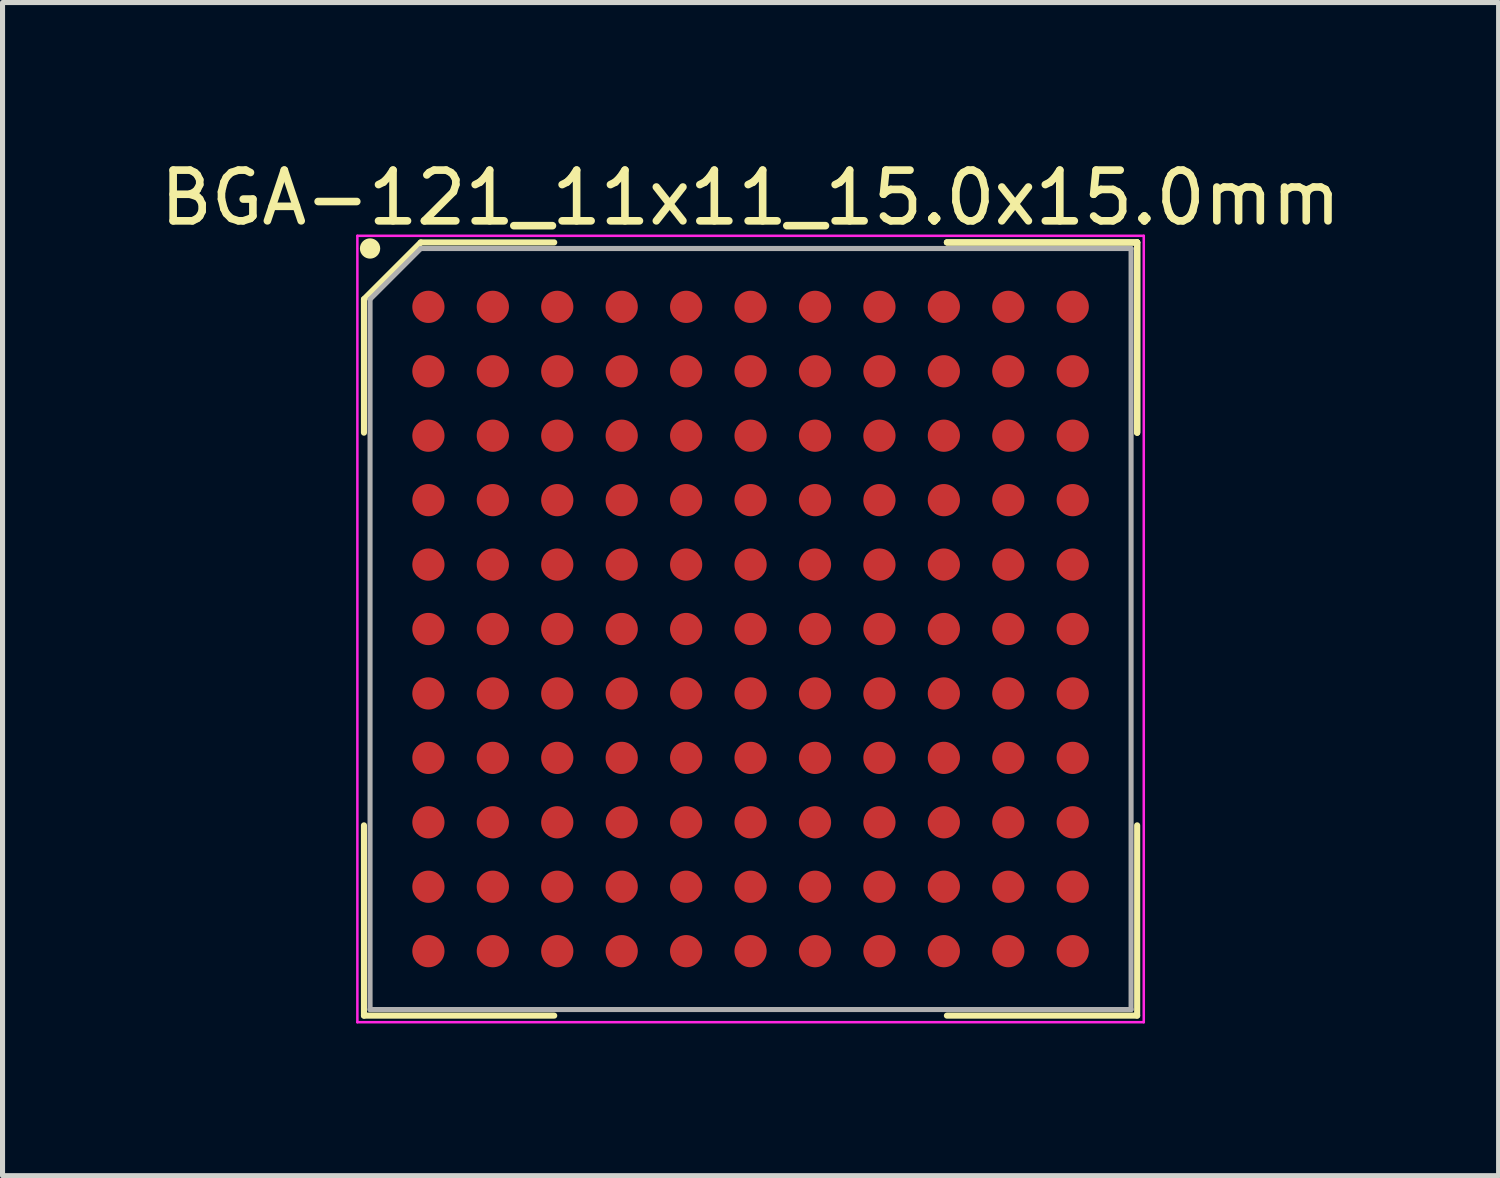
<source format=kicad_pcb>
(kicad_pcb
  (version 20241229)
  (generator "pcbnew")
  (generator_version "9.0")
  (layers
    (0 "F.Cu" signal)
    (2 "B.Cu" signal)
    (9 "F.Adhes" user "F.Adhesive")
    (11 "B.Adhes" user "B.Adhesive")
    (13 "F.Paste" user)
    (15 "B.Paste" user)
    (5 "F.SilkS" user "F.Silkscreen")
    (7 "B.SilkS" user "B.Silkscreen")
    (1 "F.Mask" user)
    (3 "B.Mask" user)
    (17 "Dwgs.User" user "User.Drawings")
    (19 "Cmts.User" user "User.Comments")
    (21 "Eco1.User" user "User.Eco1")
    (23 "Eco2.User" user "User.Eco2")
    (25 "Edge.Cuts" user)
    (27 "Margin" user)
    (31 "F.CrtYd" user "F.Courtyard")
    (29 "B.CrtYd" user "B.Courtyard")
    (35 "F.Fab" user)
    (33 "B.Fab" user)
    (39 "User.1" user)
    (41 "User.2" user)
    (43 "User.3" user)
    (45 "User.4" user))
  (footprint "BGA-121_11x11_15.0x15.0mm"
    (layer "F.Cu")
    (at 11.744 9.348)
    (property "Reference" "BGA-121_11x11_15.0x15.0mm" (at 0 -8.5 0) (layer "F.SilkS") (effects (font (size 1 1) (thickness 0.15))))
    (attr smd)
    (fp_line (start -7.62 -6.5) (end -7.62 -3.87) (stroke (width 0.12) (type solid)) (layer "F.SilkS"))
    (fp_line (start -7.62 7.62) (end -7.62 3.87) (stroke (width 0.12) (type solid)) (layer "F.SilkS"))
    (fp_line (start -6.5 -7.62) (end -7.62 -6.5) (stroke (width 0.12) (type solid)) (layer "F.SilkS"))
    (fp_line (start -3.87 -7.62) (end -6.5 -7.62) (stroke (width 0.12) (type solid)) (layer "F.SilkS"))
    (fp_line (start -3.87 7.62) (end -7.62 7.62) (stroke (width 0.12) (type solid)) (layer "F.SilkS"))
    (fp_line (start 3.87 -7.62) (end 7.62 -7.62) (stroke (width 0.12) (type solid)) (layer "F.SilkS"))
    (fp_line (start 3.87 -7.62) (end 7.62 -7.62) (stroke (width 0.12) (type solid)) (layer "F.SilkS"))
    (fp_line (start 3.87 -7.62) (end 7.62 -7.62) (stroke (width 0.12) (type solid)) (layer "F.SilkS"))
    (fp_line (start 3.87 7.62) (end 7.62 7.62) (stroke (width 0.12) (type solid)) (layer "F.SilkS"))
    (fp_line (start 7.62 -7.62) (end 7.62 -3.87) (stroke (width 0.12) (type solid)) (layer "F.SilkS"))
    (fp_line (start 7.62 -7.62) (end 7.62 -3.87) (stroke (width 0.12) (type solid)) (layer "F.SilkS"))
    (fp_line (start 7.62 -7.62) (end 7.62 -3.87) (stroke (width 0.12) (type solid)) (layer "F.SilkS"))
    (fp_line (start 7.62 7.62) (end 7.62 3.87) (stroke (width 0.12) (type solid)) (layer "F.SilkS"))
    (fp_circle (center -7.5 -7.5) (end -7.5 -7.4) (stroke (width 0.2) (type solid)) (fill no) (layer "F.SilkS"))
    (fp_line (start -7.75 -7.75) (end 7.75 -7.75) (stroke (width 0.05) (type solid)) (layer "F.CrtYd"))
    (fp_line (start -7.75 7.75) (end -7.75 -7.75) (stroke (width 0.05) (type solid)) (layer "F.CrtYd"))
    (fp_line (start 7.75 -7.75) (end 7.75 7.75) (stroke (width 0.05) (type solid)) (layer "F.CrtYd"))
    (fp_line (start 7.75 7.75) (end -7.75 7.75) (stroke (width 0.05) (type solid)) (layer "F.CrtYd"))
    (fp_line (start -7.5 -6.5) (end -7.5 7.5) (stroke (width 0.1) (type solid)) (layer "F.Fab"))
    (fp_line (start -7.5 7.5) (end 7.5 7.5) (stroke (width 0.1) (type solid)) (layer "F.Fab"))
    (fp_line (start -6.5 -7.5) (end -7.5 -6.5) (stroke (width 0.1) (type solid)) (layer "F.Fab"))
    (fp_line (start 7.5 -7.5) (end -6.5 -7.5) (stroke (width 0.1) (type solid)) (layer "F.Fab"))
    (fp_line (start 7.5 7.5) (end 7.5 -7.5) (stroke (width 0.1) (type solid)) (layer "F.Fab"))
    (pad "A1" smd circle (at -6.35 -6.35) (size 0.635 0.635) (layers "F.Cu" "F.Mask" "F.Paste"))
    (pad "A2" smd circle (at -5.08 -6.35) (size 0.635 0.635) (layers "F.Cu" "F.Mask" "F.Paste"))
    (pad "A3" smd circle (at -3.81 -6.35) (size 0.635 0.635) (layers "F.Cu" "F.Mask" "F.Paste"))
    (pad "A4" smd circle (at -2.54 -6.35) (size 0.635 0.635) (layers "F.Cu" "F.Mask" "F.Paste"))
    (pad "A5" smd circle (at -1.27 -6.35) (size 0.635 0.635) (layers "F.Cu" "F.Mask" "F.Paste"))
    (pad "A6" smd circle (at 0 -6.35) (size 0.635 0.635) (layers "F.Cu" "F.Mask" "F.Paste"))
    (pad "A7" smd circle (at 1.27 -6.35) (size 0.635 0.635) (layers "F.Cu" "F.Mask" "F.Paste"))
    (pad "A8" smd circle (at 2.54 -6.35) (size 0.635 0.635) (layers "F.Cu" "F.Mask" "F.Paste"))
    (pad "A9" smd circle (at 3.81 -6.35) (size 0.635 0.635) (layers "F.Cu" "F.Mask" "F.Paste"))
    (pad "A10" smd circle (at 5.08 -6.35) (size 0.635 0.635) (layers "F.Cu" "F.Mask" "F.Paste"))
    (pad "A11" smd circle (at 6.35 -6.35) (size 0.635 0.635) (layers "F.Cu" "F.Mask" "F.Paste"))
    (pad "B1" smd circle (at -6.35 -5.08) (size 0.635 0.635) (layers "F.Cu" "F.Mask" "F.Paste"))
    (pad "B2" smd circle (at -5.08 -5.08) (size 0.635 0.635) (layers "F.Cu" "F.Mask" "F.Paste"))
    (pad "B3" smd circle (at -3.81 -5.08) (size 0.635 0.635) (layers "F.Cu" "F.Mask" "F.Paste"))
    (pad "B4" smd circle (at -2.54 -5.08) (size 0.635 0.635) (layers "F.Cu" "F.Mask" "F.Paste"))
    (pad "B5" smd circle (at -1.27 -5.08) (size 0.635 0.635) (layers "F.Cu" "F.Mask" "F.Paste"))
    (pad "B6" smd circle (at 0 -5.08) (size 0.635 0.635) (layers "F.Cu" "F.Mask" "F.Paste"))
    (pad "B7" smd circle (at 1.27 -5.08) (size 0.635 0.635) (layers "F.Cu" "F.Mask" "F.Paste"))
    (pad "B8" smd circle (at 2.54 -5.08) (size 0.635 0.635) (layers "F.Cu" "F.Mask" "F.Paste"))
    (pad "B9" smd circle (at 3.81 -5.08) (size 0.635 0.635) (layers "F.Cu" "F.Mask" "F.Paste"))
    (pad "B10" smd circle (at 5.08 -5.08) (size 0.635 0.635) (layers "F.Cu" "F.Mask" "F.Paste"))
    (pad "B11" smd circle (at 6.35 -5.08) (size 0.635 0.635) (layers "F.Cu" "F.Mask" "F.Paste"))
    (pad "C1" smd circle (at -6.35 -3.81) (size 0.635 0.635) (layers "F.Cu" "F.Mask" "F.Paste"))
    (pad "C2" smd circle (at -5.08 -3.81) (size 0.635 0.635) (layers "F.Cu" "F.Mask" "F.Paste"))
    (pad "C3" smd circle (at -3.81 -3.81) (size 0.635 0.635) (layers "F.Cu" "F.Mask" "F.Paste"))
    (pad "C4" smd circle (at -2.54 -3.81) (size 0.635 0.635) (layers "F.Cu" "F.Mask" "F.Paste"))
    (pad "C5" smd circle (at -1.27 -3.81) (size 0.635 0.635) (layers "F.Cu" "F.Mask" "F.Paste"))
    (pad "C6" smd circle (at 0 -3.81) (size 0.635 0.635) (layers "F.Cu" "F.Mask" "F.Paste"))
    (pad "C7" smd circle (at 1.27 -3.81) (size 0.635 0.635) (layers "F.Cu" "F.Mask" "F.Paste"))
    (pad "C8" smd circle (at 2.54 -3.81) (size 0.635 0.635) (layers "F.Cu" "F.Mask" "F.Paste"))
    (pad "C9" smd circle (at 3.81 -3.81) (size 0.635 0.635) (layers "F.Cu" "F.Mask" "F.Paste"))
    (pad "C10" smd circle (at 5.08 -3.81) (size 0.635 0.635) (layers "F.Cu" "F.Mask" "F.Paste"))
    (pad "C11" smd circle (at 6.35 -3.81) (size 0.635 0.635) (layers "F.Cu" "F.Mask" "F.Paste"))
    (pad "D1" smd circle (at -6.35 -2.54) (size 0.635 0.635) (layers "F.Cu" "F.Mask" "F.Paste"))
    (pad "D2" smd circle (at -5.08 -2.54) (size 0.635 0.635) (layers "F.Cu" "F.Mask" "F.Paste"))
    (pad "D3" smd circle (at -3.81 -2.54) (size 0.635 0.635) (layers "F.Cu" "F.Mask" "F.Paste"))
    (pad "D4" smd circle (at -2.54 -2.54) (size 0.635 0.635) (layers "F.Cu" "F.Mask" "F.Paste"))
    (pad "D5" smd circle (at -1.27 -2.54) (size 0.635 0.635) (layers "F.Cu" "F.Mask" "F.Paste"))
    (pad "D6" smd circle (at 0 -2.54) (size 0.635 0.635) (layers "F.Cu" "F.Mask" "F.Paste"))
    (pad "D7" smd circle (at 1.27 -2.54) (size 0.635 0.635) (layers "F.Cu" "F.Mask" "F.Paste"))
    (pad "D8" smd circle (at 2.54 -2.54) (size 0.635 0.635) (layers "F.Cu" "F.Mask" "F.Paste"))
    (pad "D9" smd circle (at 3.81 -2.54) (size 0.635 0.635) (layers "F.Cu" "F.Mask" "F.Paste"))
    (pad "D10" smd circle (at 5.08 -2.54) (size 0.635 0.635) (layers "F.Cu" "F.Mask" "F.Paste"))
    (pad "D11" smd circle (at 6.35 -2.54) (size 0.635 0.635) (layers "F.Cu" "F.Mask" "F.Paste"))
    (pad "E1" smd circle (at -6.35 -1.27) (size 0.635 0.635) (layers "F.Cu" "F.Mask" "F.Paste"))
    (pad "E2" smd circle (at -5.08 -1.27) (size 0.635 0.635) (layers "F.Cu" "F.Mask" "F.Paste"))
    (pad "E3" smd circle (at -3.81 -1.27) (size 0.635 0.635) (layers "F.Cu" "F.Mask" "F.Paste"))
    (pad "E4" smd circle (at -2.54 -1.27) (size 0.635 0.635) (layers "F.Cu" "F.Mask" "F.Paste"))
    (pad "E5" smd circle (at -1.27 -1.27) (size 0.635 0.635) (layers "F.Cu" "F.Mask" "F.Paste"))
    (pad "E6" smd circle (at 0 -1.27) (size 0.635 0.635) (layers "F.Cu" "F.Mask" "F.Paste"))
    (pad "E7" smd circle (at 1.27 -1.27) (size 0.635 0.635) (layers "F.Cu" "F.Mask" "F.Paste"))
    (pad "E8" smd circle (at 2.54 -1.27) (size 0.635 0.635) (layers "F.Cu" "F.Mask" "F.Paste"))
    (pad "E9" smd circle (at 3.81 -1.27) (size 0.635 0.635) (layers "F.Cu" "F.Mask" "F.Paste"))
    (pad "E10" smd circle (at 5.08 -1.27) (size 0.635 0.635) (layers "F.Cu" "F.Mask" "F.Paste"))
    (pad "E11" smd circle (at 6.35 -1.27) (size 0.635 0.635) (layers "F.Cu" "F.Mask" "F.Paste"))
    (pad "F1" smd circle (at -6.35 0) (size 0.635 0.635) (layers "F.Cu" "F.Mask" "F.Paste"))
    (pad "F2" smd circle (at -5.08 0) (size 0.635 0.635) (layers "F.Cu" "F.Mask" "F.Paste"))
    (pad "F3" smd circle (at -3.81 0) (size 0.635 0.635) (layers "F.Cu" "F.Mask" "F.Paste"))
    (pad "F4" smd circle (at -2.54 0) (size 0.635 0.635) (layers "F.Cu" "F.Mask" "F.Paste"))
    (pad "F5" smd circle (at -1.27 0) (size 0.635 0.635) (layers "F.Cu" "F.Mask" "F.Paste"))
    (pad "F6" smd circle (at 0 0) (size 0.635 0.635) (layers "F.Cu" "F.Mask" "F.Paste"))
    (pad "F7" smd circle (at 1.27 0) (size 0.635 0.635) (layers "F.Cu" "F.Mask" "F.Paste"))
    (pad "F8" smd circle (at 2.54 0) (size 0.635 0.635) (layers "F.Cu" "F.Mask" "F.Paste"))
    (pad "F9" smd circle (at 3.81 0) (size 0.635 0.635) (layers "F.Cu" "F.Mask" "F.Paste"))
    (pad "F10" smd circle (at 5.08 0) (size 0.635 0.635) (layers "F.Cu" "F.Mask" "F.Paste"))
    (pad "F11" smd circle (at 6.35 0) (size 0.635 0.635) (layers "F.Cu" "F.Mask" "F.Paste"))
    (pad "G1" smd circle (at -6.35 1.27) (size 0.635 0.635) (layers "F.Cu" "F.Mask" "F.Paste"))
    (pad "G2" smd circle (at -5.08 1.27) (size 0.635 0.635) (layers "F.Cu" "F.Mask" "F.Paste"))
    (pad "G3" smd circle (at -3.81 1.27) (size 0.635 0.635) (layers "F.Cu" "F.Mask" "F.Paste"))
    (pad "G4" smd circle (at -2.54 1.27) (size 0.635 0.635) (layers "F.Cu" "F.Mask" "F.Paste"))
    (pad "G5" smd circle (at -1.27 1.27) (size 0.635 0.635) (layers "F.Cu" "F.Mask" "F.Paste"))
    (pad "G6" smd circle (at 0 1.27) (size 0.635 0.635) (layers "F.Cu" "F.Mask" "F.Paste"))
    (pad "G7" smd circle (at 1.27 1.27) (size 0.635 0.635) (layers "F.Cu" "F.Mask" "F.Paste"))
    (pad "G8" smd circle (at 2.54 1.27) (size 0.635 0.635) (layers "F.Cu" "F.Mask" "F.Paste"))
    (pad "G9" smd circle (at 3.81 1.27) (size 0.635 0.635) (layers "F.Cu" "F.Mask" "F.Paste"))
    (pad "G10" smd circle (at 5.08 1.27) (size 0.635 0.635) (layers "F.Cu" "F.Mask" "F.Paste"))
    (pad "G11" smd circle (at 6.35 1.27) (size 0.635 0.635) (layers "F.Cu" "F.Mask" "F.Paste"))
    (pad "H1" smd circle (at -6.35 2.54) (size 0.635 0.635) (layers "F.Cu" "F.Mask" "F.Paste"))
    (pad "H2" smd circle (at -5.08 2.54) (size 0.635 0.635) (layers "F.Cu" "F.Mask" "F.Paste"))
    (pad "H3" smd circle (at -3.81 2.54) (size 0.635 0.635) (layers "F.Cu" "F.Mask" "F.Paste"))
    (pad "H4" smd circle (at -2.54 2.54) (size 0.635 0.635) (layers "F.Cu" "F.Mask" "F.Paste"))
    (pad "H5" smd circle (at -1.27 2.54) (size 0.635 0.635) (layers "F.Cu" "F.Mask" "F.Paste"))
    (pad "H6" smd circle (at 0 2.54) (size 0.635 0.635) (layers "F.Cu" "F.Mask" "F.Paste"))
    (pad "H7" smd circle (at 1.27 2.54) (size 0.635 0.635) (layers "F.Cu" "F.Mask" "F.Paste"))
    (pad "H8" smd circle (at 2.54 2.54) (size 0.635 0.635) (layers "F.Cu" "F.Mask" "F.Paste"))
    (pad "H9" smd circle (at 3.81 2.54) (size 0.635 0.635) (layers "F.Cu" "F.Mask" "F.Paste"))
    (pad "H10" smd circle (at 5.08 2.54) (size 0.635 0.635) (layers "F.Cu" "F.Mask" "F.Paste"))
    (pad "H11" smd circle (at 6.35 2.54) (size 0.635 0.635) (layers "F.Cu" "F.Mask" "F.Paste"))
    (pad "J1" smd circle (at -6.35 3.81) (size 0.635 0.635) (layers "F.Cu" "F.Mask" "F.Paste"))
    (pad "J2" smd circle (at -5.08 3.81) (size 0.635 0.635) (layers "F.Cu" "F.Mask" "F.Paste"))
    (pad "J3" smd circle (at -3.81 3.81) (size 0.635 0.635) (layers "F.Cu" "F.Mask" "F.Paste"))
    (pad "J4" smd circle (at -2.54 3.81) (size 0.635 0.635) (layers "F.Cu" "F.Mask" "F.Paste"))
    (pad "J5" smd circle (at -1.27 3.81) (size 0.635 0.635) (layers "F.Cu" "F.Mask" "F.Paste"))
    (pad "J6" smd circle (at 0 3.81) (size 0.635 0.635) (layers "F.Cu" "F.Mask" "F.Paste"))
    (pad "J7" smd circle (at 1.27 3.81) (size 0.635 0.635) (layers "F.Cu" "F.Mask" "F.Paste"))
    (pad "J8" smd circle (at 2.54 3.81) (size 0.635 0.635) (layers "F.Cu" "F.Mask" "F.Paste"))
    (pad "J9" smd circle (at 3.81 3.81) (size 0.635 0.635) (layers "F.Cu" "F.Mask" "F.Paste"))
    (pad "J10" smd circle (at 5.08 3.81) (size 0.635 0.635) (layers "F.Cu" "F.Mask" "F.Paste"))
    (pad "J11" smd circle (at 6.35 3.81) (size 0.635 0.635) (layers "F.Cu" "F.Mask" "F.Paste"))
    (pad "K1" smd circle (at -6.35 5.08) (size 0.635 0.635) (layers "F.Cu" "F.Mask" "F.Paste"))
    (pad "K2" smd circle (at -5.08 5.08) (size 0.635 0.635) (layers "F.Cu" "F.Mask" "F.Paste"))
    (pad "K3" smd circle (at -3.81 5.08) (size 0.635 0.635) (layers "F.Cu" "F.Mask" "F.Paste"))
    (pad "K4" smd circle (at -2.54 5.08) (size 0.635 0.635) (layers "F.Cu" "F.Mask" "F.Paste"))
    (pad "K5" smd circle (at -1.27 5.08) (size 0.635 0.635) (layers "F.Cu" "F.Mask" "F.Paste"))
    (pad "K6" smd circle (at 0 5.08) (size 0.635 0.635) (layers "F.Cu" "F.Mask" "F.Paste"))
    (pad "K7" smd circle (at 1.27 5.08) (size 0.635 0.635) (layers "F.Cu" "F.Mask" "F.Paste"))
    (pad "K8" smd circle (at 2.54 5.08) (size 0.635 0.635) (layers "F.Cu" "F.Mask" "F.Paste"))
    (pad "K9" smd circle (at 3.81 5.08) (size 0.635 0.635) (layers "F.Cu" "F.Mask" "F.Paste"))
    (pad "K10" smd circle (at 5.08 5.08) (size 0.635 0.635) (layers "F.Cu" "F.Mask" "F.Paste"))
    (pad "K11" smd circle (at 6.35 5.08) (size 0.635 0.635) (layers "F.Cu" "F.Mask" "F.Paste"))
    (pad "L1" smd circle (at -6.35 6.35) (size 0.635 0.635) (layers "F.Cu" "F.Mask" "F.Paste"))
    (pad "L2" smd circle (at -5.08 6.35) (size 0.635 0.635) (layers "F.Cu" "F.Mask" "F.Paste"))
    (pad "L3" smd circle (at -3.81 6.35) (size 0.635 0.635) (layers "F.Cu" "F.Mask" "F.Paste"))
    (pad "L4" smd circle (at -2.54 6.35) (size 0.635 0.635) (layers "F.Cu" "F.Mask" "F.Paste"))
    (pad "L5" smd circle (at -1.27 6.35) (size 0.635 0.635) (layers "F.Cu" "F.Mask" "F.Paste"))
    (pad "L6" smd circle (at 0 6.35) (size 0.635 0.635) (layers "F.Cu" "F.Mask" "F.Paste"))
    (pad "L7" smd circle (at 1.27 6.35) (size 0.635 0.635) (layers "F.Cu" "F.Mask" "F.Paste"))
    (pad "L8" smd circle (at 2.54 6.35) (size 0.635 0.635) (layers "F.Cu" "F.Mask" "F.Paste"))
    (pad "L9" smd circle (at 3.81 6.35) (size 0.635 0.635) (layers "F.Cu" "F.Mask" "F.Paste"))
    (pad "L10" smd circle (at 5.08 6.35) (size 0.635 0.635) (layers "F.Cu" "F.Mask" "F.Paste"))
    (pad "L11" smd circle (at 6.35 6.35) (size 0.635 0.635) (layers "F.Cu" "F.Mask" "F.Paste")))
  (gr_rect
    (start -3 -3)
    (end 26.488 20.123)
    (stroke (width 0.1) (type default))
    (fill no)
    (layer "Edge.Cuts")))
</source>
